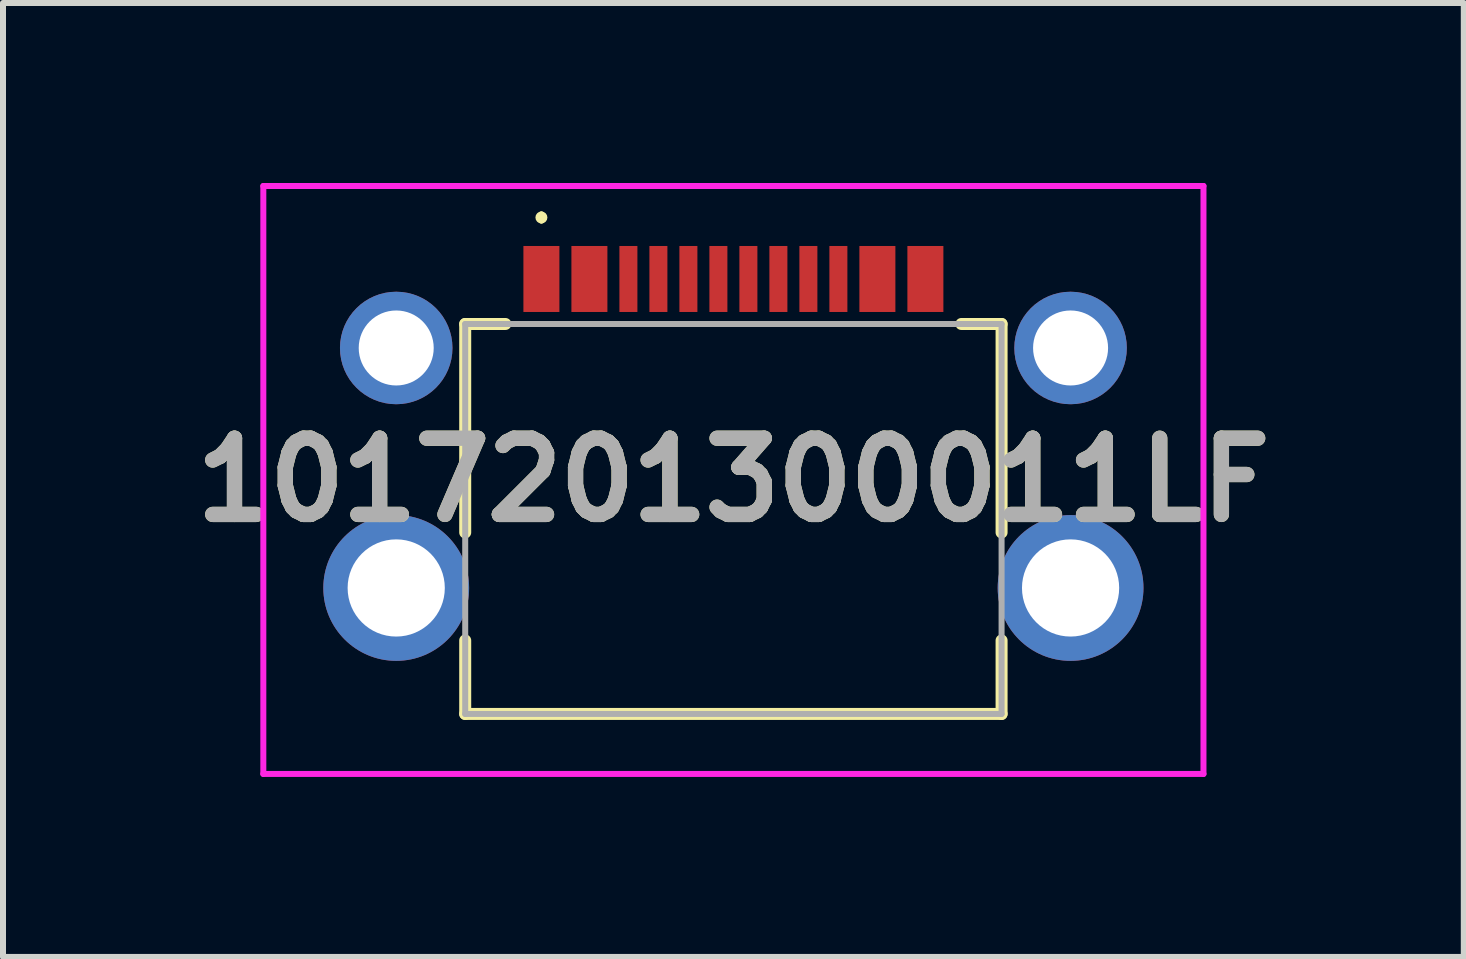
<source format=kicad_pcb>
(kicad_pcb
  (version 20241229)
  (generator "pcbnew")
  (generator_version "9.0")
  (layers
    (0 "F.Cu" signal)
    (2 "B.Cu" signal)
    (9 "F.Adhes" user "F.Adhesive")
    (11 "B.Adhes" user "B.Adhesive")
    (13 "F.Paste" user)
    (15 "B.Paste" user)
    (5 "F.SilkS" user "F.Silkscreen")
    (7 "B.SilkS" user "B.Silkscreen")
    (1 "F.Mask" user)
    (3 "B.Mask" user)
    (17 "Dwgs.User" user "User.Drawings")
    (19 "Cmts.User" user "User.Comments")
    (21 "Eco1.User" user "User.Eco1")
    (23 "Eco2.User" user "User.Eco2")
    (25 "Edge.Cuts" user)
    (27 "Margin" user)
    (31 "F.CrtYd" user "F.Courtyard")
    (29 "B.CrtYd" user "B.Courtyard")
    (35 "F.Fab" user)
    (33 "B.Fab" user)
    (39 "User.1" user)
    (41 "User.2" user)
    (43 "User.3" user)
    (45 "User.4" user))
  (footprint "1017201300011LF"
    (layer "F.Cu")
    (at 9.174 5.225)
    (property "Reference" "1017201300011LF" (at 0 -0.275 0) (layer "F.SilkS") (effects (font (size 1.27 1.27) (thickness 0.254))))
    (attr through_hole)
    (fp_line (start -4.47 -2.875) (end -4.47 0.6) (stroke (width 0.2) (type solid)) (layer "F.SilkS"))
    (fp_line (start -4.47 2.4) (end -4.47 3.625) (stroke (width 0.2) (type solid)) (layer "F.SilkS"))
    (fp_line (start -4.47 3.625) (end 4.47 3.625) (stroke (width 0.2) (type solid)) (layer "F.SilkS"))
    (fp_line (start -3.8 -2.875) (end -4.47 -2.875) (stroke (width 0.2) (type solid)) (layer "F.SilkS"))
    (fp_line (start -3.2 -4.7) (end -3.2 -4.7) (stroke (width 0.1) (type solid)) (layer "F.SilkS"))
    (fp_line (start -3.2 -4.6) (end -3.2 -4.6) (stroke (width 0.1) (type solid)) (layer "F.SilkS"))
    (fp_line (start 4.47 -2.875) (end 3.8 -2.875) (stroke (width 0.2) (type solid)) (layer "F.SilkS"))
    (fp_line (start 4.47 0.6) (end 4.47 -2.875) (stroke (width 0.2) (type solid)) (layer "F.SilkS"))
    (fp_line (start 4.47 3.625) (end 4.47 2.4) (stroke (width 0.2) (type solid)) (layer "F.SilkS"))
    (fp_arc (start -3.2 -4.7) (mid -3.15 -4.65) (end -3.2 -4.6) (stroke (width 0.1) (type solid)) (layer "F.SilkS"))
    (fp_arc (start -3.2 -4.6) (mid -3.25 -4.65) (end -3.2 -4.7) (stroke (width 0.1) (type solid)) (layer "F.SilkS"))
    (fp_line (start -7.835 -5.175) (end 7.835 -5.175) (stroke (width 0.1) (type solid)) (layer "F.CrtYd"))
    (fp_line (start -7.835 4.625) (end -7.835 -5.175) (stroke (width 0.1) (type solid)) (layer "F.CrtYd"))
    (fp_line (start 7.835 -5.175) (end 7.835 4.625) (stroke (width 0.1) (type solid)) (layer "F.CrtYd"))
    (fp_line (start 7.835 4.625) (end -7.835 4.625) (stroke (width 0.1) (type solid)) (layer "F.CrtYd"))
    (fp_line (start -4.47 -2.875) (end -4.47 3.625) (stroke (width 0.1) (type solid)) (layer "F.Fab"))
    (fp_line (start -4.47 3.625) (end 4.47 3.625) (stroke (width 0.1) (type solid)) (layer "F.Fab"))
    (fp_line (start 4.47 -2.875) (end -4.47 -2.875) (stroke (width 0.1) (type solid)) (layer "F.Fab"))
    (fp_line (start 4.47 3.625) (end 4.47 -2.875) (stroke (width 0.1) (type solid)) (layer "F.Fab"))
    (fp_text user "${REFERENCE}" (at 0 -0.275 0) (layer "F.Fab") (effects (font (size 1.27 1.27) (thickness 0.254))))
    (pad "1" thru_hole circle (at -5.62 -2.475) (size 1.875 1.875) (drill 1.25) (layers "*.Cu" "*.Mask"))
    (pad "2" thru_hole circle (at 5.62 -2.475) (size 1.875 1.875) (drill 1.25) (layers "*.Cu" "*.Mask"))
    (pad "3" thru_hole circle (at -5.62 1.525) (size 2.43 2.43) (drill 1.62) (layers "*.Cu" "*.Mask"))
    (pad "4" thru_hole circle (at 5.62 1.525) (size 2.43 2.43) (drill 1.62) (layers "*.Cu" "*.Mask"))
    (pad "A1" smd rect (at -3.2 -3.625) (size 0.6 1.1) (layers "F.Cu" "F.Mask" "F.Paste"))
    (pad "A4" smd rect (at -2.4 -3.625) (size 0.6 1.1) (layers "F.Cu" "F.Mask" "F.Paste"))
    (pad "A5" smd rect (at -1.25 -3.625) (size 0.3 1.1) (layers "F.Cu" "F.Mask" "F.Paste"))
    (pad "A6" smd rect (at -0.25 -3.625) (size 0.3 1.1) (layers "F.Cu" "F.Mask" "F.Paste"))
    (pad "A7" smd rect (at 0.25 -3.625) (size 0.3 1.1) (layers "F.Cu" "F.Mask" "F.Paste"))
    (pad "A8" smd rect (at 1.25 -3.625) (size 0.3 1.1) (layers "F.Cu" "F.Mask" "F.Paste"))
    (pad "A9" smd rect (at 2.4 -3.625) (size 0.6 1.1) (layers "F.Cu" "F.Mask" "F.Paste"))
    (pad "A12" smd rect (at 3.2 -3.625) (size 0.6 1.1) (layers "F.Cu" "F.Mask" "F.Paste"))
    (pad "B5" smd rect (at 1.75 -3.625) (size 0.3 1.1) (layers "F.Cu" "F.Mask" "F.Paste"))
    (pad "B6" smd rect (at 0.75 -3.625) (size 0.3 1.1) (layers "F.Cu" "F.Mask" "F.Paste"))
    (pad "B7" smd rect (at -0.75 -3.625) (size 0.3 1.1) (layers "F.Cu" "F.Mask" "F.Paste"))
    (pad "B8" smd rect (at -1.75 -3.625) (size 0.3 1.1) (layers "F.Cu" "F.Mask" "F.Paste")))
  (gr_rect
    (start -3 -3)
    (end 21.348 12.9)
    (stroke (width 0.1) (type default))
    (fill no)
    (layer "Edge.Cuts")))
</source>
